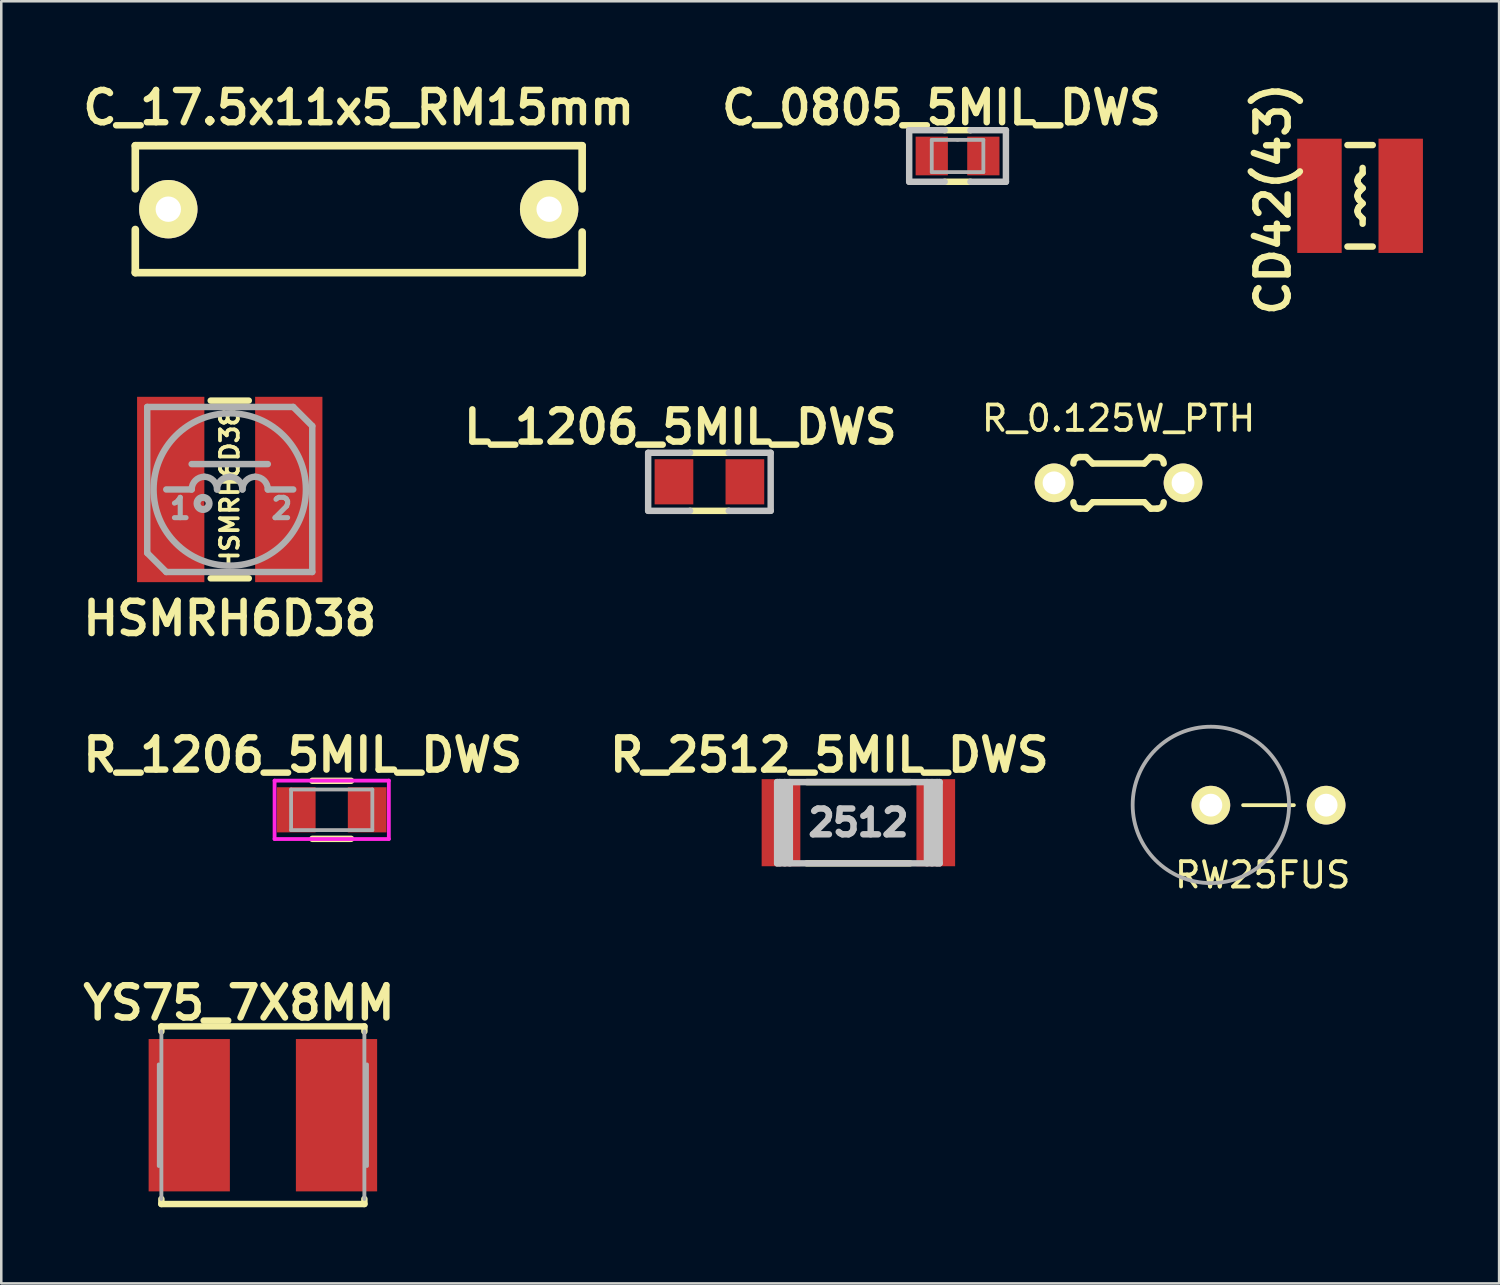
<source format=kicad_pcb>
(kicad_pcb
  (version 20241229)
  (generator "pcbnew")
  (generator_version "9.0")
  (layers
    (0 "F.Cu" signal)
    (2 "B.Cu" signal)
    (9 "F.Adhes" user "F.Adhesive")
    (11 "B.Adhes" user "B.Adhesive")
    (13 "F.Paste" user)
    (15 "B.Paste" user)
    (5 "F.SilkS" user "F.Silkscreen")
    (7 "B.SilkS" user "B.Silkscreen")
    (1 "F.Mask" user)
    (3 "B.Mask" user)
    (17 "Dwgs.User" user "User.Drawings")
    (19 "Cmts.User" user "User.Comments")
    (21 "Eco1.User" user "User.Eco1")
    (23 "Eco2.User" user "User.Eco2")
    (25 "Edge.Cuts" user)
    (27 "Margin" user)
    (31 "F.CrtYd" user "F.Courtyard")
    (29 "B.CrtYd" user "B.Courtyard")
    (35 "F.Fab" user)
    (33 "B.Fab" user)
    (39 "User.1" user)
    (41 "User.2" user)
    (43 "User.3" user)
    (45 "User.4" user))
  (footprint "R_0.125W_PTH"
    (layer "F.Cu")
    (at 41.006 15.968)
    (property "Reference" "R_0.125W_PTH" (at 0 -2.54 0) (layer "F.SilkS") (effects (font (size 1 1) (thickness 0.15))))
    (attr through_hole)
    (fp_line (start -1.27 -1.016) (end -1.524 -1.016) (stroke (width 0.254) (type solid)) (layer "F.SilkS"))
    (fp_line (start -1.27 -1.016) (end -1.016 -0.762) (stroke (width 0.254) (type solid)) (layer "F.SilkS"))
    (fp_line (start -1.27 1.016) (end -1.524 1.016) (stroke (width 0.254) (type solid)) (layer "F.SilkS"))
    (fp_line (start -1.016 -0.762) (end 1.016 -0.762) (stroke (width 0.254) (type solid)) (layer "F.SilkS"))
    (fp_line (start -1.016 0.762) (end -1.27 1.016) (stroke (width 0.254) (type solid)) (layer "F.SilkS"))
    (fp_line (start -1.016 0.762) (end 1.016 0.762) (stroke (width 0.254) (type solid)) (layer "F.SilkS"))
    (fp_line (start 1.016 0.762) (end 1.27 1.016) (stroke (width 0.254) (type solid)) (layer "F.SilkS"))
    (fp_line (start 1.27 -1.016) (end 1.016 -0.762) (stroke (width 0.254) (type solid)) (layer "F.SilkS"))
    (fp_line (start 1.27 -1.016) (end 1.524 -1.016) (stroke (width 0.254) (type solid)) (layer "F.SilkS"))
    (fp_line (start 1.27 1.016) (end 1.524 1.016) (stroke (width 0.254) (type solid)) (layer "F.SilkS"))
    (fp_arc (start -1.778 -0.762) (mid -1.703605 -0.941605) (end -1.524 -1.016) (stroke (width 0.254) (type solid)) (layer "F.SilkS"))
    (fp_arc (start -1.524 1.016) (mid -1.703605 0.941605) (end -1.778 0.762) (stroke (width 0.254) (type solid)) (layer "F.SilkS"))
    (fp_arc (start 1.524 -1.016) (mid 1.703605 -0.941605) (end 1.778 -0.762) (stroke (width 0.254) (type solid)) (layer "F.SilkS"))
    (fp_arc (start 1.778 0.762) (mid 1.703605 0.941605) (end 1.524 1.016) (stroke (width 0.254) (type solid)) (layer "F.SilkS"))
    (pad "1" thru_hole circle (at -2.54 0) (size 1.524 1.524) (drill 0.9) (layers "*.Cu" "*.Mask" "F.SilkS"))
    (pad "2" thru_hole circle (at 2.54 0) (size 1.524 1.524) (drill 0.9) (layers "*.Cu" "*.Mask" "F.SilkS")))
  (footprint "RW25FUS"
    (layer "F.Cu")
    (at 46.642 28.663)
    (property "Reference" "RW25FUS" (at 0.04 2.75 0) (layer "F.SilkS") (effects (font (size 1 1) (thickness 0.15))))
    (attr smd)
    (fp_line (start -0.73 0) (end 1.27 0) (stroke (width 0.15) (type solid)) (layer "F.SilkS"))
    (fp_circle (center -2 -0.01) (end -5.08 0) (stroke (width 0.15) (type solid)) (fill no) (layer "F.Fab"))
    (pad "1" thru_hole circle (at -2 0) (size 1.524 1.524) (drill 0.9) (layers "*.Cu" "*.Mask" "F.SilkS"))
    (pad "2" thru_hole circle (at 2.54 0) (size 1.524 1.524) (drill 0.9) (layers "*.Cu" "*.Mask" "F.SilkS")))
  (footprint "YS75_7X8MM"
    (layer "F.Cu")
    (at 7.304 40.875)
    (property "Reference" "YS75_7X8MM" (at -0.942 -4.425 0) (layer "F.SilkS") (effects (font (size 1.27 1.27) (thickness 0.254))))
    (attr smd)
    (fp_line (start -3.998 -3.498) (end -3.998 -3.299) (stroke (width 0.254) (type solid)) (layer "F.SilkS"))
    (fp_line (start -3.998 3.299) (end -3.998 3.498) (stroke (width 0.254) (type solid)) (layer "F.SilkS"))
    (fp_line (start -3.998 3.498) (end 3.998 3.498) (stroke (width 0.254) (type solid)) (layer "F.SilkS"))
    (fp_line (start 3.998 -3.498) (end -3.998 -3.498) (stroke (width 0.254) (type solid)) (layer "F.SilkS"))
    (fp_line (start 3.998 -3.299) (end 3.998 -3.498) (stroke (width 0.254) (type solid)) (layer "F.SilkS"))
    (fp_line (start 3.998 3.498) (end 3.998 3.299) (stroke (width 0.254) (type solid)) (layer "F.SilkS"))
    (fp_line (start -4.1 -1.999) (end -4.1 1.999) (stroke (width 0.152) (type solid)) (layer "F.Fab"))
    (fp_line (start -3.998 -3.299) (end -3.998 3.299) (stroke (width 0.152) (type solid)) (layer "F.Fab"))
    (fp_line (start 3.998 -3.299) (end 3.998 3.299) (stroke (width 0.152) (type solid)) (layer "F.Fab"))
    (fp_line (start 4.1 -1.999) (end 4.1 1.999) (stroke (width 0.152) (type solid)) (layer "F.Fab"))
    (pad "" smd rect (at -2.9 -2.3) (size 3.2 1.4) (layers "F.Paste"))
    (pad "" smd rect (at -2.9 0) (size 3.2 1.4) (layers "F.Paste"))
    (pad "" smd rect (at -2.9 2.3) (size 3.2 1.4) (layers "F.Paste"))
    (pad "" smd rect (at 2.9 -2.3) (size 3.2 1.4) (layers "F.Paste"))
    (pad "" smd rect (at 2.9 0) (size 3.2 1.4) (layers "F.Paste"))
    (pad "" smd rect (at 2.9 2.3) (size 3.2 1.4) (layers "F.Paste"))
    (pad "1" smd rect (at -2.9 0) (size 3.2 6) (layers "F.Cu" "F.Mask"))
    (pad "2" smd rect (at 2.9 0) (size 3.2 6) (layers "F.Cu" "F.Mask")))
  (footprint "CD42(43)"
    (layer "F.Cu")
    (at 50.52 4.663)
    (property "Reference" "CD42(43)" (at -3.429 0.127 90) (layer "F.SilkS") (effects (font (size 1.27 1.27) (thickness 0.254))))
    (attr smd)
    (fp_line (start -0.099 -0.582) (end -0.099 -0.615) (stroke (width 0.254) (type solid)) (layer "F.SilkS"))
    (fp_line (start -0.099 0.015) (end -0.099 -0.015) (stroke (width 0.254) (type solid)) (layer "F.SilkS"))
    (fp_line (start -0.099 0.615) (end -0.099 0.582) (stroke (width 0.254) (type solid)) (layer "F.SilkS"))
    (fp_line (start -0.041 -0.757) (end 0.099 -0.899) (stroke (width 0.254) (type solid)) (layer "F.SilkS"))
    (fp_line (start -0.041 -0.157) (end 0.099 -0.3) (stroke (width 0.254) (type solid)) (layer "F.SilkS"))
    (fp_line (start -0.041 0.439) (end 0.099 0.3) (stroke (width 0.254) (type solid)) (layer "F.SilkS"))
    (fp_line (start 0.099 -0.899) (end 0.099 -1.1) (stroke (width 0.254) (type solid)) (layer "F.SilkS"))
    (fp_line (start 0.099 -0.3) (end -0.041 -0.439) (stroke (width 0.254) (type solid)) (layer "F.SilkS"))
    (fp_line (start 0.099 0.3) (end -0.041 0.157) (stroke (width 0.254) (type solid)) (layer "F.SilkS"))
    (fp_line (start 0.099 0.899) (end -0.041 0.757) (stroke (width 0.254) (type solid)) (layer "F.SilkS"))
    (fp_line (start 0.099 1.1) (end 0.099 0.899) (stroke (width 0.254) (type solid)) (layer "F.SilkS"))
    (fp_line (start 0.498 -1.999) (end -0.498 -1.999) (stroke (width 0.254) (type solid)) (layer "F.SilkS"))
    (fp_line (start 0.498 1.999) (end -0.498 1.999) (stroke (width 0.254) (type solid)) (layer "F.SilkS"))
    (fp_arc (start -0.09906 -0.61468) (mid -0.084045 -0.690337) (end -0.041276 -0.754527) (stroke (width 0.254) (type solid)) (layer "F.SilkS"))
    (fp_arc (start -0.09906 -0.01524) (mid -0.084045 -0.090897) (end -0.041276 -0.155087) (stroke (width 0.254) (type solid)) (layer "F.SilkS"))
    (fp_arc (start -0.09906 0.58166) (mid -0.084045 0.506003) (end -0.041276 0.441813) (stroke (width 0.254) (type solid)) (layer "F.SilkS"))
    (fp_arc (start -0.04064 -0.43942) (mid -0.084371 -0.503548) (end -0.100298 -0.579516) (stroke (width 0.254) (type solid)) (layer "F.SilkS"))
    (fp_arc (start -0.04064 0.15748) (mid -0.084371 0.093352) (end -0.100298 0.017384) (stroke (width 0.254) (type solid)) (layer "F.SilkS"))
    (fp_arc (start -0.04064 0.75692) (mid -0.084371 0.692792) (end -0.100298 0.616824) (stroke (width 0.254) (type solid)) (layer "F.SilkS"))
    (pad "" smd rect (at -1.6 -1.6 90) (size 1 1.75) (layers "F.Paste"))
    (pad "" smd rect (at -1.6 0 90) (size 1 1.75) (layers "F.Paste"))
    (pad "" smd rect (at -1.6 1.6 90) (size 1 1.75) (layers "F.Paste"))
    (pad "" smd rect (at 1.6 -1.6 90) (size 1 1.75) (layers "F.Paste"))
    (pad "" smd rect (at 1.6 0 90) (size 1 1.75) (layers "F.Paste"))
    (pad "" smd rect (at 1.6 1.6 90) (size 1 1.75) (layers "F.Paste"))
    (pad "1" smd rect (at -1.6 0 90) (size 4.5 1.75) (layers "F.Cu" "F.Mask"))
    (pad "2" smd rect (at 1.6 0 90) (size 4.5 1.75) (layers "F.Cu" "F.Mask")))
  (footprint "L_1206_5MIL_DWS"
    (layer "F.Cu")
    (at 24.892 15.927)
    (property "Reference" "L_1206_5MIL_DWS" (at -1.143 -2.159 0) (layer "F.SilkS") (effects (font (size 1.27 1.27) (thickness 0.254))))
    (attr smd)
    (fp_line (start 0.762 -1.143) (end -0.762 -1.143) (stroke (width 0.254) (type solid)) (layer "F.SilkS"))
    (fp_line (start 0.762 1.143) (end -0.762 1.143) (stroke (width 0.254) (type solid)) (layer "F.SilkS"))
    (fp_line (start -2.413 -1.143) (end -2.413 1.143) (stroke (width 0.254) (type solid)) (layer "Dwgs.User"))
    (fp_line (start -2.413 1.143) (end -0.762 1.143) (stroke (width 0.254) (type solid)) (layer "Dwgs.User"))
    (fp_line (start -0.762 -1.143) (end -2.413 -1.143) (stroke (width 0.254) (type solid)) (layer "Dwgs.User"))
    (fp_line (start 0.762 -1.143) (end 2.413 -1.143) (stroke (width 0.254) (type solid)) (layer "Dwgs.User"))
    (fp_line (start 2.413 -1.143) (end 2.413 1.143) (stroke (width 0.254) (type solid)) (layer "Dwgs.User"))
    (fp_line (start 2.413 1.143) (end 0.762 1.143) (stroke (width 0.254) (type solid)) (layer "Dwgs.User"))
    (pad "1" smd rect (at -1.397 0) (size 1.524 1.778) (layers "F.Cu" "F.Mask" "F.Paste"))
    (pad "2" smd rect (at 1.397 0) (size 1.524 1.778) (layers "F.Cu" "F.Mask" "F.Paste")))
  (footprint "R_2512_5MIL_DWS"
    (layer "F.Cu")
    (at 30.759 29.354)
    (property "Reference" "R_2512_5MIL_DWS" (at -1.143 -2.667 0) (layer "F.SilkS") (effects (font (size 1.27 1.27) (thickness 0.254))))
    (attr smd)
    (fp_line (start 2.032 -1.6) (end -2.032 -1.6) (stroke (width 0.254) (type solid)) (layer "F.SilkS"))
    (fp_line (start 2.032 1.6) (end -2.032 1.6) (stroke (width 0.254) (type solid)) (layer "F.SilkS"))
    (fp_line (start -3.2 -1.6) (end 3.2 -1.6) (stroke (width 0.254) (type solid)) (layer "Dwgs.User"))
    (fp_line (start -3.2 1.6) (end -3.2 -1.6) (stroke (width 0.254) (type solid)) (layer "Dwgs.User"))
    (fp_line (start -3.1 -1.6) (end -3.1 1.6) (stroke (width 0.254) (type solid)) (layer "Dwgs.User"))
    (fp_line (start -2.9 1.6) (end -2.9 -1.6) (stroke (width 0.254) (type solid)) (layer "Dwgs.User"))
    (fp_line (start -2.7 -1.6) (end -2.7 1.6) (stroke (width 0.254) (type solid)) (layer "Dwgs.User"))
    (fp_line (start 2.7 -1.6) (end 2.7 1.6) (stroke (width 0.254) (type solid)) (layer "Dwgs.User"))
    (fp_line (start 2.9 -1.6) (end 2.9 1.6) (stroke (width 0.254) (type solid)) (layer "Dwgs.User"))
    (fp_line (start 3.1 -1.6) (end 3.1 1.6) (stroke (width 0.254) (type solid)) (layer "Dwgs.User"))
    (fp_line (start 3.2 -1.6) (end 3.2 1.6) (stroke (width 0.254) (type solid)) (layer "Dwgs.User"))
    (fp_line (start 3.2 1.6) (end -3.2 1.6) (stroke (width 0.254) (type solid)) (layer "Dwgs.User"))
    (fp_text user "2512" (at 0 0 0) (layer "Dwgs.User") (effects (font (size 1.016 1.016) (thickness 0.254))))
    (pad "1" smd rect (at -3.048 0) (size 1.524 3.429) (layers "F.Cu" "F.Mask" "F.Paste"))
    (pad "2" smd rect (at 3.048 0) (size 1.524 3.429) (layers "F.Cu" "F.Mask" "F.Paste")))
  (footprint "C_17.5x11x5_RM15mm"
    (layer "F.Cu")
    (at 11.079 5.189)
    (property "Reference" "C_17.5x11x5_RM15mm" (at 0 -4 0) (layer "F.SilkS") (effects (font (size 1.27 1.27) (thickness 0.254))))
    (attr smd)
    (fp_line (start -8.8 -2.5) (end -8.8 -0.8) (stroke (width 0.3) (type solid)) (layer "F.SilkS"))
    (fp_line (start -8.8 2.5) (end -8.8 0.8) (stroke (width 0.3) (type solid)) (layer "F.SilkS"))
    (fp_line (start -8.8 2.5) (end 8.8 2.5) (stroke (width 0.3) (type solid)) (layer "F.SilkS"))
    (fp_line (start 8.8 -2.5) (end -8.8 -2.5) (stroke (width 0.3) (type solid)) (layer "F.SilkS"))
    (fp_line (start 8.8 -2.5) (end 8.8 -0.8) (stroke (width 0.3) (type solid)) (layer "F.SilkS"))
    (fp_line (start 8.8 2.5) (end 8.8 0.9) (stroke (width 0.3) (type solid)) (layer "F.SilkS"))
    (pad "1" thru_hole circle (at -7.5 0) (size 2.3 2.3) (drill 1) (layers "*.Cu" "*.Mask" "F.SilkS"))
    (pad "2" thru_hole circle (at 7.5 0) (size 2.3 2.3) (drill 1) (layers "*.Cu" "*.Mask" "F.SilkS")))
  (footprint "C_0805_5MIL_DWS"
    (layer "F.Cu")
    (at 34.665 3.094)
    (property "Reference" "C_0805_5MIL_DWS" (at -0.635 -1.905 0) (layer "F.SilkS") (effects (font (size 1.27 1.27) (thickness 0.254))))
    (attr smd)
    (fp_line (start -0.508 -1.016) (end 0.508 -1.016) (stroke (width 0.254) (type solid)) (layer "F.SilkS"))
    (fp_line (start -0.508 1.016) (end 0.508 1.016) (stroke (width 0.254) (type solid)) (layer "F.SilkS"))
    (fp_line (start -1.905 -1.016) (end -1.905 1.016) (stroke (width 0.254) (type solid)) (layer "Dwgs.User"))
    (fp_line (start -0.508 -1.016) (end -1.905 -1.016) (stroke (width 0.254) (type solid)) (layer "Dwgs.User"))
    (fp_line (start -0.508 1.016) (end -1.905 1.016) (stroke (width 0.254) (type solid)) (layer "Dwgs.User"))
    (fp_line (start 1.905 -1.016) (end 0.508 -1.016) (stroke (width 0.254) (type solid)) (layer "Dwgs.User"))
    (fp_line (start 1.905 -1.016) (end 1.905 1.016) (stroke (width 0.254) (type solid)) (layer "Dwgs.User"))
    (fp_line (start 1.905 1.016) (end 0.508 1.016) (stroke (width 0.254) (type solid)) (layer "Dwgs.User"))
    (fp_line (start -1.016 -0.635) (end 0 -0.635) (stroke (width 0.15) (type solid)) (layer "F.Fab"))
    (fp_line (start -1.016 0.635) (end -1.016 -0.635) (stroke (width 0.15) (type solid)) (layer "F.Fab"))
    (fp_line (start 0 -0.635) (end 1.016 -0.635) (stroke (width 0.15) (type solid)) (layer "F.Fab"))
    (fp_line (start 1.016 -0.635) (end 1.016 0.635) (stroke (width 0.15) (type solid)) (layer "F.Fab"))
    (fp_line (start 1.016 0.635) (end -1.016 0.635) (stroke (width 0.15) (type solid)) (layer "F.Fab"))
    (pad "1" smd rect (at -1.016 0 90) (size 1.524 1.27) (layers "F.Cu" "F.Mask" "F.Paste"))
    (pad "2" smd rect (at 1.016 0 90) (size 1.524 1.27) (layers "F.Cu" "F.Mask" "F.Paste")))
  (footprint "HSMRH6D38"
    (layer "F.Cu")
    (at 5.999 16.229)
    (property "Reference" "HSMRH6D38" (at 0 5.08 0) (layer "F.SilkS") (effects (font (size 1.27 1.27) (thickness 0.254))))
    (attr through_hole)
    (fp_line (start -0.75 -3.5) (end 0.75 -3.5) (stroke (width 0.254) (type solid)) (layer "F.SilkS"))
    (fp_line (start -0.75 3.5) (end 0.75 3.5) (stroke (width 0.254) (type solid)) (layer "F.SilkS"))
    (fp_line (start -3.25 -3.25) (end 2.5 -3.25) (stroke (width 0.254) (type solid)) (layer "F.Fab"))
    (fp_line (start -3.25 2.5) (end -3.25 -3.25) (stroke (width 0.254) (type solid)) (layer "F.Fab"))
    (fp_line (start -3.25 2.5) (end -2.5 3.25) (stroke (width 0.254) (type solid)) (layer "F.Fab"))
    (fp_line (start -1.5 -1) (end 1.5 -1) (stroke (width 0.254) (type solid)) (layer "F.Fab"))
    (fp_line (start -1.5 0) (end -2.5 0) (stroke (width 0.254) (type solid)) (layer "F.Fab"))
    (fp_line (start 1.5 0) (end 2.5 0) (stroke (width 0.254) (type solid)) (layer "F.Fab"))
    (fp_line (start 3.25 -2.5) (end 2.5 -3.25) (stroke (width 0.254) (type solid)) (layer "F.Fab"))
    (fp_line (start 3.25 -2.5) (end 3.25 3.25) (stroke (width 0.254) (type solid)) (layer "F.Fab"))
    (fp_line (start 3.25 3.25) (end -2.5 3.25) (stroke (width 0.254) (type solid)) (layer "F.Fab"))
    (fp_arc (start -1.5 0) (mid -1.353553 -0.353553) (end -1 -0.5) (stroke (width 0.254) (type solid)) (layer "F.Fab"))
    (fp_arc (start -1 -0.5) (mid -0.646447 -0.353553) (end -0.5 0) (stroke (width 0.254) (type solid)) (layer "F.Fab"))
    (fp_arc (start -0.5 0) (mid -0.353553 -0.353553) (end 0 -0.5) (stroke (width 0.254) (type solid)) (layer "F.Fab"))
    (fp_arc (start 0 -0.5) (mid 0.353553 -0.353553) (end 0.5 0) (stroke (width 0.254) (type solid)) (layer "F.Fab"))
    (fp_arc (start 0.5 0) (mid 0.646447 -0.353553) (end 1 -0.5) (stroke (width 0.254) (type solid)) (layer "F.Fab"))
    (fp_arc (start 1 -0.5) (mid 1.353553 -0.353553) (end 1.5 0) (stroke (width 0.254) (type solid)) (layer "F.Fab"))
    (fp_circle (center -1.05 0.55) (end -1.15 0.55) (stroke (width 0.254) (type solid)) (fill no) (layer "F.Fab"))
    (fp_circle (center -1.05 0.55) (end -1.05 0.8) (stroke (width 0.254) (type solid)) (fill no) (layer "F.Fab"))
    (fp_circle (center 0 0) (end -3 0) (stroke (width 0.254) (type solid)) (fill no) (layer "F.Fab"))
    (fp_text user "HSMRH6D38" (at 0 0 90) (layer "F.SilkS") (effects (font (size 0.7 0.7) (thickness 0.15))))
    (fp_text user "1" (at -1.95 0.75 0) (layer "F.Fab") (effects (font (size 0.8 0.8) (thickness 0.2))))
    (fp_text user "2" (at 2.05 0.75 0) (layer "F.Fab") (effects (font (size 0.8 0.8) (thickness 0.2))))
    (pad "" smd rect (at -2.325 -2.6) (size 2.65 1.524) (layers "F.Paste"))
    (pad "" smd rect (at -2.325 0) (size 2.65 1.524) (layers "F.Paste"))
    (pad "" smd rect (at -2.325 2.6) (size 2.65 1.524) (layers "F.Paste"))
    (pad "" smd rect (at 2.325 -2.6) (size 2.65 1.524) (layers "F.Paste"))
    (pad "" smd rect (at 2.325 0) (size 2.65 1.524) (layers "F.Paste"))
    (pad "" smd rect (at 2.325 2.6) (size 2.65 1.524) (layers "F.Paste"))
    (pad "1" smd rect (at -2.325 0) (size 2.65 7.3) (layers "F.Cu" "F.Mask"))
    (pad "2" smd rect (at 2.325 0) (size 2.65 7.3) (layers "F.Cu" "F.Mask")))
  (footprint "R_1206_5MIL_DWS"
    (layer "F.Cu")
    (at 10.015 28.846)
    (property "Reference" "R_1206_5MIL_DWS" (at -1.143 -2.159 0) (layer "F.SilkS") (effects (font (size 1.27 1.27) (thickness 0.254))))
    (attr smd)
    (fp_line (start 0.762 -1.143) (end -0.762 -1.143) (stroke (width 0.254) (type solid)) (layer "F.SilkS"))
    (fp_line (start 0.762 1.143) (end -0.762 1.143) (stroke (width 0.254) (type solid)) (layer "F.SilkS"))
    (fp_line (start -2.25 -1.15) (end 2.25 -1.15) (stroke (width 0.15) (type solid)) (layer "F.CrtYd"))
    (fp_line (start -2.25 1.15) (end -2.25 -1.15) (stroke (width 0.15) (type solid)) (layer "F.CrtYd"))
    (fp_line (start 2.25 -1.15) (end 2.25 1.15) (stroke (width 0.15) (type solid)) (layer "F.CrtYd"))
    (fp_line (start 2.25 1.15) (end -2.25 1.15) (stroke (width 0.15) (type solid)) (layer "F.CrtYd"))
    (fp_line (start -1.6 -0.8) (end 1.6 -0.8) (stroke (width 0.15) (type solid)) (layer "F.Fab"))
    (fp_line (start -1.6 0.8) (end -1.6 -0.8) (stroke (width 0.15) (type solid)) (layer "F.Fab"))
    (fp_line (start 1.6 -0.8) (end 1.6 0.8) (stroke (width 0.15) (type solid)) (layer "F.Fab"))
    (fp_line (start 1.6 0.8) (end -1.6 0.8) (stroke (width 0.15) (type solid)) (layer "F.Fab"))
    (pad "1" smd rect (at -1.397 0) (size 1.524 1.778) (layers "F.Cu" "F.Mask" "F.Paste"))
    (pad "2" smd rect (at 1.397 0) (size 1.524 1.778) (layers "F.Cu" "F.Mask" "F.Paste")))
  (gr_rect
    (start -3 -3)
    (end 55.995 47.499)
    (stroke (width 0.1) (type default))
    (fill no)
    (layer "Edge.Cuts")))
</source>
